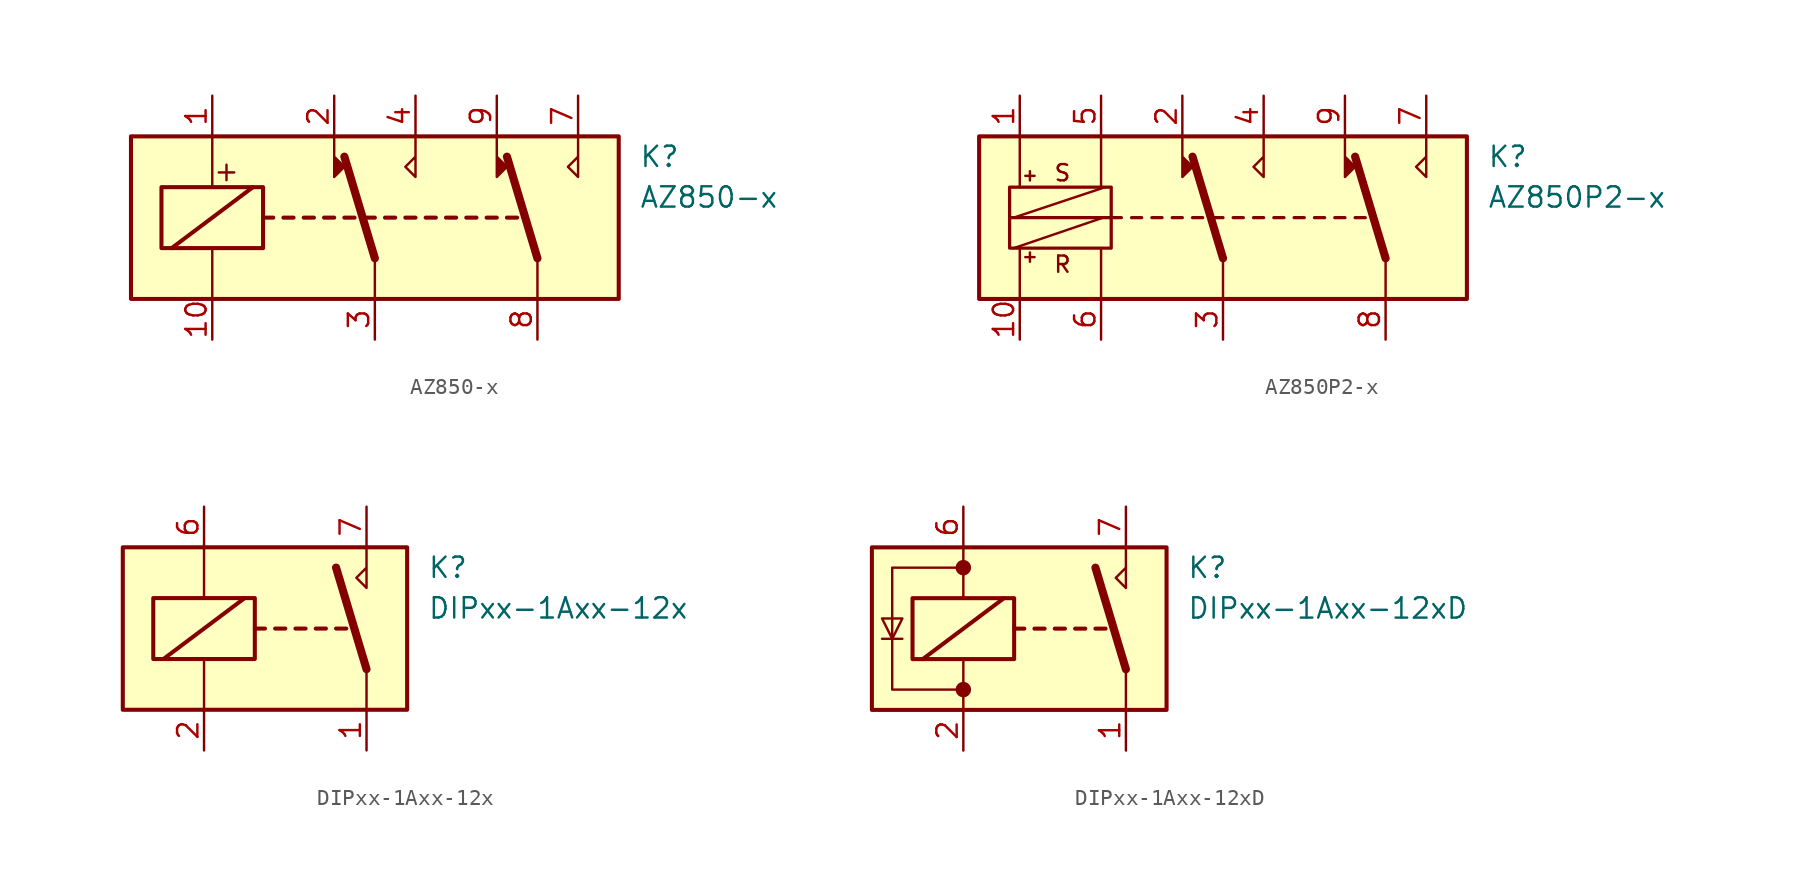
<source format=kicad_sym>
(kicad_symbol_lib
  (version 20231120)
  (generator "kicad_symbol_editor")
  (generator_version "8.0")
  (symbol "AZ850-x"
    (property "Reference" "K"
      (at 16.51 3.81 0)
      (effects (font (size 1.27 1.27)) (justify left)))
    (property "Value" "AZ850-x"
      (at 16.51 1.27 0)
      (effects (font (size 1.27 1.27)) (justify left)))
    (symbol "AZ850-x_0_0"
      (text "+" (at -9.271 2.921 0) (effects (font (size 1.27 1.27)))))
    (symbol "AZ850-x_0_1"
      (rectangle (start -15.24 5.08) (end 15.24 -5.08) (stroke (width 0.254) (type default)) (fill (type background)))
      (rectangle (start -13.335 1.905) (end -6.985 -1.905) (stroke (width 0.254) (type default)) (fill (type none)))
      (polyline (pts (xy -12.7 -1.905) (xy -7.62 1.905)) (stroke (width 0.254) (type default)) (fill (type none)))
      (polyline (pts (xy -10.16 -5.08) (xy -10.16 -1.905)) (stroke (width 0) (type default)) (fill (type none)))
      (polyline (pts (xy -10.16 5.08) (xy -10.16 1.905)) (stroke (width 0) (type default)) (fill (type none)))
      (polyline (pts (xy -6.985 0) (xy -6.35 0)) (stroke (width 0.254) (type default)) (fill (type none)))
      (polyline (pts (xy -5.715 0) (xy -5.08 0)) (stroke (width 0.254) (type default)) (fill (type none)))
      (polyline (pts (xy -4.445 0) (xy -3.81 0)) (stroke (width 0.254) (type default)) (fill (type none)))
      (polyline (pts (xy -3.175 0) (xy -2.54 0)) (stroke (width 0.254) (type default)) (fill (type none)))
      (polyline (pts (xy -1.905 0) (xy -1.27 0)) (stroke (width 0.254) (type default)) (fill (type none)))
      (polyline (pts (xy -0.635 0) (xy 0 0)) (stroke (width 0.254) (type default)) (fill (type none)))
      (polyline (pts (xy 0 -2.54) (xy -1.905 3.81)) (stroke (width 0.508) (type default)) (fill (type none)))
      (polyline (pts (xy 0 -2.54) (xy 0 -5.08)) (stroke (width 0) (type default)) (fill (type none)))
      (polyline (pts (xy 0.635 0) (xy 1.27 0)) (stroke (width 0.254) (type default)) (fill (type none)))
      (polyline (pts (xy 1.905 0) (xy 2.54 0)) (stroke (width 0.254) (type default)) (fill (type none)))
      (polyline (pts (xy 3.175 0) (xy 3.81 0)) (stroke (width 0.254) (type default)) (fill (type none)))
      (polyline (pts (xy 4.445 0) (xy 5.08 0)) (stroke (width 0.254) (type default)) (fill (type none)))
      (polyline (pts (xy 5.715 0) (xy 6.35 0)) (stroke (width 0.254) (type default)) (fill (type none)))
      (polyline (pts (xy 6.985 0) (xy 7.62 0)) (stroke (width 0.254) (type default)) (fill (type none)))
      (polyline (pts (xy 8.255 0) (xy 8.89 0)) (stroke (width 0.254) (type default)) (fill (type none)))
      (polyline (pts (xy 10.16 -2.54) (xy 8.255 3.81)) (stroke (width 0.508) (type default)) (fill (type none)))
      (polyline (pts (xy 10.16 -2.54) (xy 10.16 -5.08)) (stroke (width 0) (type default)) (fill (type none)))
      (polyline (pts (xy -2.54 5.08) (xy -2.54 2.54) (xy -1.905 3.175) (xy -2.54 3.81)) (stroke (width 0) (type default)) (fill (type outline)))
      (polyline (pts (xy 2.54 5.08) (xy 2.54 2.54) (xy 1.905 3.175) (xy 2.54 3.81)) (stroke (width 0) (type default)) (fill (type none)))
      (polyline (pts (xy 7.62 5.08) (xy 7.62 2.54) (xy 8.255 3.175) (xy 7.62 3.81)) (stroke (width 0) (type default)) (fill (type outline)))
      (polyline (pts (xy 12.7 5.08) (xy 12.7 2.54) (xy 12.065 3.175) (xy 12.7 3.81)) (stroke (width 0) (type default)) (fill (type none))))
    (symbol "AZ850-x_1_1"
      (pin passive line (at -10.16 7.62 270) (length 2.54) (name "~" (effects (font (size 1.27 1.27)))) (number "1" (effects (font (size 1.27 1.27)))))
      (pin passive line (at -10.16 -7.62 90) (length 2.54) (name "~" (effects (font (size 1.27 1.27)))) (number "10" (effects (font (size 1.27 1.27)))))
      (pin passive line (at -2.54 7.62 270) (length 2.54) (name "~" (effects (font (size 1.27 1.27)))) (number "2" (effects (font (size 1.27 1.27)))))
      (pin passive line (at 0 -7.62 90) (length 2.54) (name "~" (effects (font (size 1.27 1.27)))) (number "3" (effects (font (size 1.27 1.27)))))
      (pin passive line (at 2.54 7.62 270) (length 2.54) (name "~" (effects (font (size 1.27 1.27)))) (number "4" (effects (font (size 1.27 1.27)))))
      (pin passive line (at 12.7 7.62 270) (length 2.54) (name "~" (effects (font (size 1.27 1.27)))) (number "7" (effects (font (size 1.27 1.27)))))
      (pin passive line (at 10.16 -7.62 90) (length 2.54) (name "~" (effects (font (size 1.27 1.27)))) (number "8" (effects (font (size 1.27 1.27)))))
      (pin passive line (at 7.62 7.62 270) (length 2.54) (name "~" (effects (font (size 1.27 1.27)))) (number "9" (effects (font (size 1.27 1.27)))))))
  (symbol "AZ850P2-x"
    (property "Reference" "K"
      (at 16.51 3.81 0)
      (effects (font (size 1.27 1.27)) (justify left)))
    (property "Value" "AZ850P2-x"
      (at 16.51 1.27 0)
      (effects (font (size 1.27 1.27)) (justify left)))
    (symbol "AZ850P2-x_0_0"
      (polyline (pts (xy -2.54 5.08) (xy -2.54 2.54) (xy -1.905 3.175) (xy -2.54 3.81)) (stroke (width 0) (type default)) (fill (type outline)))
      (polyline (pts (xy 2.54 5.08) (xy 2.54 2.54) (xy 1.905 3.175) (xy 2.54 3.81)) (stroke (width 0) (type default)) (fill (type none)))
      (polyline (pts (xy 7.62 5.08) (xy 7.62 2.54) (xy 8.255 3.175) (xy 7.62 3.81)) (stroke (width 0) (type default)) (fill (type outline)))
      (polyline (pts (xy 12.7 5.08) (xy 12.7 2.54) (xy 12.065 3.175) (xy 12.7 3.81)) (stroke (width 0) (type default)) (fill (type none)))
      (text "+" (at -12.065 -2.413 0) (effects (font (size 0.762 0.762))))
      (text "+" (at -12.065 2.667 0) (effects (font (size 0.762 0.762))))
      (text "R" (at -10.033 -2.921 0) (effects (font (size 1.016 1.016))))
      (text "S" (at -10.033 2.794 0) (effects (font (size 1.016 1.016)))))
    (symbol "AZ850P2-x_0_1"
      (rectangle (start -15.24 5.08) (end 15.24 -5.08) (stroke (width 0.254) (type default)) (fill (type background)))
      (rectangle (start -13.335 1.905) (end -6.985 -1.905) (stroke (width 0.203) (type default)) (fill (type none)))
      (polyline (pts (xy -13.335 0) (xy -6.35 0)) (stroke (width 0.203) (type default)) (fill (type none)))
      (polyline (pts (xy -13.081 -1.905) (xy -7.493 0)) (stroke (width 0) (type default)) (fill (type none)))
      (polyline (pts (xy -13.081 0) (xy -7.366 1.905)) (stroke (width 0) (type default)) (fill (type none)))
      (polyline (pts (xy -12.7 -5.08) (xy -12.7 -1.905)) (stroke (width 0) (type default)) (fill (type none)))
      (polyline (pts (xy -12.7 5.08) (xy -12.7 1.905)) (stroke (width 0) (type default)) (fill (type none)))
      (polyline (pts (xy -7.62 -5.08) (xy -7.62 -1.905)) (stroke (width 0) (type default)) (fill (type none)))
      (polyline (pts (xy -7.62 5.08) (xy -7.62 1.905)) (stroke (width 0) (type default)) (fill (type none)))
      (polyline (pts (xy -5.715 0) (xy -5.08 0)) (stroke (width 0.203) (type default)) (fill (type none)))
      (polyline (pts (xy -4.445 0) (xy -3.81 0)) (stroke (width 0.203) (type default)) (fill (type none)))
      (polyline (pts (xy -3.175 0) (xy -2.54 0)) (stroke (width 0.203) (type default)) (fill (type none)))
      (polyline (pts (xy -1.905 0) (xy -1.27 0)) (stroke (width 0.203) (type default)) (fill (type none)))
      (polyline (pts (xy -0.635 0) (xy 0 0)) (stroke (width 0.203) (type default)) (fill (type none)))
      (polyline (pts (xy 0 -2.54) (xy -1.905 3.81)) (stroke (width 0.508) (type default)) (fill (type none)))
      (polyline (pts (xy 0 -2.54) (xy 0 -5.08)) (stroke (width 0) (type default)) (fill (type none)))
      (polyline (pts (xy 0.635 0) (xy 1.27 0)) (stroke (width 0.203) (type default)) (fill (type none)))
      (polyline (pts (xy 1.905 0) (xy 2.54 0)) (stroke (width 0.203) (type default)) (fill (type none)))
      (polyline (pts (xy 3.175 0) (xy 3.81 0)) (stroke (width 0.203) (type default)) (fill (type none)))
      (polyline (pts (xy 4.445 0) (xy 5.08 0)) (stroke (width 0.203) (type default)) (fill (type none)))
      (polyline (pts (xy 5.715 0) (xy 6.35 0)) (stroke (width 0.203) (type default)) (fill (type none)))
      (polyline (pts (xy 6.985 0) (xy 7.62 0)) (stroke (width 0.203) (type default)) (fill (type none)))
      (polyline (pts (xy 8.255 0) (xy 8.89 0)) (stroke (width 0.203) (type default)) (fill (type none)))
      (polyline (pts (xy 10.16 -2.54) (xy 8.255 3.81)) (stroke (width 0.508) (type default)) (fill (type none)))
      (polyline (pts (xy 10.16 -2.54) (xy 10.16 -5.08)) (stroke (width 0) (type default)) (fill (type none))))
    (symbol "AZ850P2-x_1_1"
      (pin passive line (at -12.7 7.62 270) (length 2.54) (name "~" (effects (font (size 1.27 1.27)))) (number "1" (effects (font (size 1.27 1.27)))))
      (pin passive line (at -12.7 -7.62 90) (length 2.54) (name "~" (effects (font (size 1.27 1.27)))) (number "10" (effects (font (size 1.27 1.27)))))
      (pin passive line (at -2.54 7.62 270) (length 2.54) (name "~" (effects (font (size 1.27 1.27)))) (number "2" (effects (font (size 1.27 1.27)))))
      (pin passive line (at 0 -7.62 90) (length 2.54) (name "~" (effects (font (size 1.27 1.27)))) (number "3" (effects (font (size 1.27 1.27)))))
      (pin passive line (at 2.54 7.62 270) (length 2.54) (name "~" (effects (font (size 1.27 1.27)))) (number "4" (effects (font (size 1.27 1.27)))))
      (pin passive line (at -7.62 7.62 270) (length 2.54) (name "~" (effects (font (size 1.27 1.27)))) (number "5" (effects (font (size 1.27 1.27)))))
      (pin passive line (at -7.62 -7.62 90) (length 2.54) (name "~" (effects (font (size 1.27 1.27)))) (number "6" (effects (font (size 1.27 1.27)))))
      (pin passive line (at 12.7 7.62 270) (length 2.54) (name "~" (effects (font (size 1.27 1.27)))) (number "7" (effects (font (size 1.27 1.27)))))
      (pin passive line (at 10.16 -7.62 90) (length 2.54) (name "~" (effects (font (size 1.27 1.27)))) (number "8" (effects (font (size 1.27 1.27)))))
      (pin passive line (at 7.62 7.62 270) (length 2.54) (name "~" (effects (font (size 1.27 1.27)))) (number "9" (effects (font (size 1.27 1.27)))))))
  (symbol "DIPxx-1Axx-12x"
    (property "Reference" "K"
      (at 8.89 3.81 0)
      (effects (font (size 1.27 1.27)) (justify left)))
    (property "Value" "DIPxx-1Axx-12x"
      (at 8.89 1.27 0)
      (effects (font (size 1.27 1.27)) (justify left)))
    (symbol "DIPxx-1Axx-12x_0_0"
      (polyline (pts (xy 5.08 5.08) (xy 5.08 2.54) (xy 4.445 3.175) (xy 5.08 3.81)) (stroke (width 0) (type default)) (fill (type none))))
    (symbol "DIPxx-1Axx-12x_0_1"
      (rectangle (start -10.16 5.08) (end 7.62 -5.08) (stroke (width 0.254) (type default)) (fill (type background)))
      (rectangle (start -8.255 1.905) (end -1.905 -1.905) (stroke (width 0.254) (type default)) (fill (type none)))
      (polyline (pts (xy -7.62 -1.905) (xy -2.54 1.905)) (stroke (width 0.254) (type default)) (fill (type none)))
      (polyline (pts (xy -5.08 -5.08) (xy -5.08 -1.905)) (stroke (width 0) (type default)) (fill (type none)))
      (polyline (pts (xy -5.08 5.08) (xy -5.08 1.905)) (stroke (width 0) (type default)) (fill (type none)))
      (polyline (pts (xy -1.905 0) (xy -1.27 0)) (stroke (width 0.254) (type default)) (fill (type none)))
      (polyline (pts (xy -0.635 0) (xy 0 0)) (stroke (width 0.254) (type default)) (fill (type none)))
      (polyline (pts (xy 0.635 0) (xy 1.27 0)) (stroke (width 0.254) (type default)) (fill (type none)))
      (polyline (pts (xy 1.905 0) (xy 2.54 0)) (stroke (width 0.254) (type default)) (fill (type none)))
      (polyline (pts (xy 3.175 0) (xy 3.81 0)) (stroke (width 0.254) (type default)) (fill (type none)))
      (polyline (pts (xy 5.08 -2.54) (xy 3.175 3.81)) (stroke (width 0.508) (type default)) (fill (type none)))
      (polyline (pts (xy 5.08 -2.54) (xy 5.08 -5.08)) (stroke (width 0) (type default)) (fill (type none))))
    (symbol "DIPxx-1Axx-12x_1_1"
      (pin passive line (at 5.08 -7.62 90) (length 2.54) (name "~" (effects (font (size 1.27 1.27)))) (number "1" (effects (font (size 1.27 1.27)))))
      (pin passive line (at -5.08 -7.62 90) (length 2.54) hide (name "~" (effects (font (size 1.27 1.27)))) (number "13" (effects (font (size 1.27 1.27)))))
      (pin passive line (at 5.08 -7.62 90) (length 2.54) hide (name "~" (effects (font (size 1.27 1.27)))) (number "14" (effects (font (size 1.27 1.27)))))
      (pin passive line (at -5.08 -7.62 90) (length 2.54) (name "~" (effects (font (size 1.27 1.27)))) (number "2" (effects (font (size 1.27 1.27)))))
      (pin passive line (at -5.08 7.62 270) (length 2.54) (name "~" (effects (font (size 1.27 1.27)))) (number "6" (effects (font (size 1.27 1.27)))))
      (pin passive line (at 5.08 7.62 270) (length 2.54) (name "~" (effects (font (size 1.27 1.27)))) (number "7" (effects (font (size 1.27 1.27)))))
      (pin passive line (at 5.08 7.62 270) (length 2.54) hide (name "~" (effects (font (size 1.27 1.27)))) (number "8" (effects (font (size 1.27 1.27)))))))
  (symbol "DIPxx-1Axx-12xD"
    (property "Reference" "K"
      (at 8.89 3.81 0)
      (effects (font (size 1.27 1.27)) (justify left)))
    (property "Value" "DIPxx-1Axx-12xD"
      (at 8.89 1.27 0)
      (effects (font (size 1.27 1.27)) (justify left)))
    (symbol "DIPxx-1Axx-12xD_0_0"
      (polyline (pts (xy 5.08 5.08) (xy 5.08 2.54) (xy 4.445 3.175) (xy 5.08 3.81)) (stroke (width 0) (type default)) (fill (type none))))
    (symbol "DIPxx-1Axx-12xD_0_1"
      (rectangle (start -10.795 5.08) (end 7.62 -5.08) (stroke (width 0.254) (type default)) (fill (type background)))
      (rectangle (start -8.255 1.905) (end -1.905 -1.905) (stroke (width 0.254) (type default)) (fill (type none)))
      (circle (center -5.08 -3.81) (radius 0.406) (stroke (width 0) (type default)) (fill (type outline)))
      (circle (center -5.08 3.81) (radius 0.406) (stroke (width 0) (type default)) (fill (type outline)))
      (polyline (pts (xy -10.16 -0.635) (xy -8.89 -0.635)) (stroke (width 0) (type default)) (fill (type none)))
      (polyline (pts (xy -7.62 -1.905) (xy -2.54 1.905)) (stroke (width 0.254) (type default)) (fill (type none)))
      (polyline (pts (xy -5.08 -5.08) (xy -5.08 -1.905)) (stroke (width 0) (type default)) (fill (type none)))
      (polyline (pts (xy -5.08 5.08) (xy -5.08 1.905)) (stroke (width 0) (type default)) (fill (type none)))
      (polyline (pts (xy -1.905 0) (xy -1.27 0)) (stroke (width 0.254) (type default)) (fill (type none)))
      (polyline (pts (xy -0.635 0) (xy 0 0)) (stroke (width 0.254) (type default)) (fill (type none)))
      (polyline (pts (xy 0.635 0) (xy 1.27 0)) (stroke (width 0.254) (type default)) (fill (type none)))
      (polyline (pts (xy 1.905 0) (xy 2.54 0)) (stroke (width 0.254) (type default)) (fill (type none)))
      (polyline (pts (xy 3.175 0) (xy 3.81 0)) (stroke (width 0.254) (type default)) (fill (type none)))
      (polyline (pts (xy 5.08 -2.54) (xy 3.175 3.81)) (stroke (width 0.508) (type default)) (fill (type none)))
      (polyline (pts (xy 5.08 -2.54) (xy 5.08 -5.08)) (stroke (width 0) (type default)) (fill (type none)))
      (polyline (pts (xy -9.525 -0.635) (xy -8.89 0.635) (xy -10.16 0.635) (xy -9.525 -0.635)) (stroke (width 0) (type default)) (fill (type none)))
      (polyline (pts (xy -5.08 -3.81) (xy -9.525 -3.81) (xy -9.525 3.81) (xy -5.08 3.81)) (stroke (width 0) (type default)) (fill (type none))))
    (symbol "DIPxx-1Axx-12xD_1_1"
      (pin passive line (at 5.08 -7.62 90) (length 2.54) (name "~" (effects (font (size 1.27 1.27)))) (number "1" (effects (font (size 1.27 1.27)))))
      (pin passive line (at -5.08 -7.62 90) (length 2.54) hide (name "~" (effects (font (size 1.27 1.27)))) (number "13" (effects (font (size 1.27 1.27)))))
      (pin passive line (at 5.08 -7.62 90) (length 2.54) hide (name "~" (effects (font (size 1.27 1.27)))) (number "14" (effects (font (size 1.27 1.27)))))
      (pin passive line (at -5.08 -7.62 90) (length 2.54) (name "~" (effects (font (size 1.27 1.27)))) (number "2" (effects (font (size 1.27 1.27)))))
      (pin passive line (at -5.08 7.62 270) (length 2.54) (name "~" (effects (font (size 1.27 1.27)))) (number "6" (effects (font (size 1.27 1.27)))))
      (pin passive line (at 5.08 7.62 270) (length 2.54) (name "~" (effects (font (size 1.27 1.27)))) (number "7" (effects (font (size 1.27 1.27)))))
      (pin passive line (at 5.08 7.62 270) (length 2.54) hide (name "~" (effects (font (size 1.27 1.27)))) (number "8" (effects (font (size 1.27 1.27))))))))
</source>
